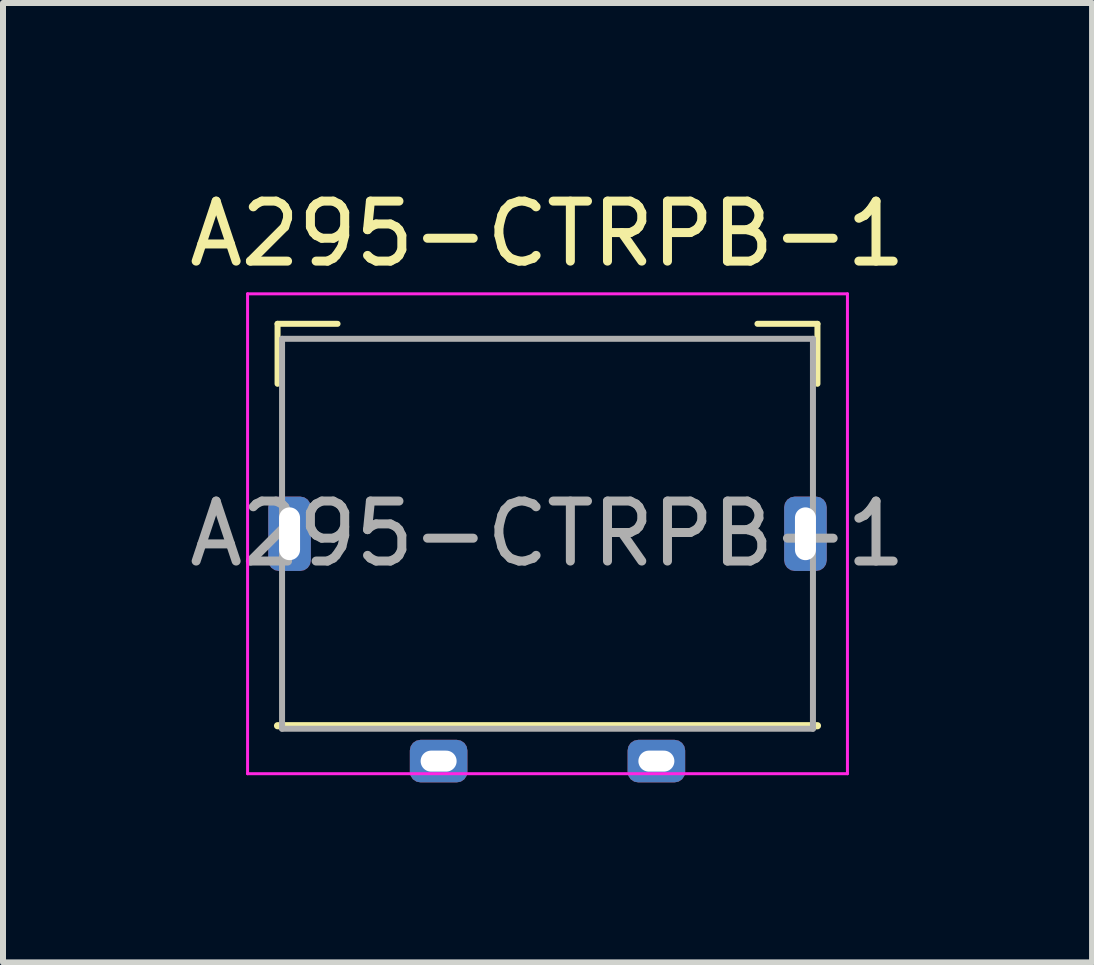
<source format=kicad_pcb>
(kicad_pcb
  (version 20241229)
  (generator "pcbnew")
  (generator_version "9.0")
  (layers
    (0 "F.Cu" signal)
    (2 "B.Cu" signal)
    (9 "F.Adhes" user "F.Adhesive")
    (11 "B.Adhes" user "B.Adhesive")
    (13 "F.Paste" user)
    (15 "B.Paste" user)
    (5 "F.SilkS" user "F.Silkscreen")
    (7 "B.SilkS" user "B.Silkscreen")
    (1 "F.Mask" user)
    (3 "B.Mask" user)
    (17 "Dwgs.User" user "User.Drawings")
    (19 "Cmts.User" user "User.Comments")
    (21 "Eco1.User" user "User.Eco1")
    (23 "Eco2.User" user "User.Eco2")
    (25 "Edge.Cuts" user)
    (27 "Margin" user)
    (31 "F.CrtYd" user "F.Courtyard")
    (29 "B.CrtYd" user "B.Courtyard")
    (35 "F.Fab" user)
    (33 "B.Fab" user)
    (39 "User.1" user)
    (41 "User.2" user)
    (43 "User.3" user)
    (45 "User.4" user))
  (footprint "A295-CTRPB-1"
    (layer "F.Cu")
    (at 6.077 5.848)
    (property "Reference" "A295-CTRPB-1" (at 0 -5 0) (layer "F.SilkS") (effects (font (size 1 1) (thickness 0.15))))
    (attr through_hole)
    (fp_line (start -4.5 -3.5) (end -4.5 -2.5) (stroke (width 0.1) (type default)) (layer "F.SilkS"))
    (fp_line (start -4.5 -3.5) (end -3.5 -3.5) (stroke (width 0.1) (type default)) (layer "F.SilkS"))
    (fp_line (start 4.5 -3.5) (end 3.5 -3.5) (stroke (width 0.1) (type default)) (layer "F.SilkS"))
    (fp_line (start 4.5 -3.5) (end 4.5 -2.5) (stroke (width 0.1) (type default)) (layer "F.SilkS"))
    (fp_line (start 4.5 3.2) (end -4.5 3.2) (stroke (width 0.12) (type solid)) (layer "F.SilkS"))
    (fp_line (start -5 -4) (end 5 -4) (stroke (width 0.05) (type solid)) (layer "F.CrtYd"))
    (fp_line (start -5 4) (end -5 -4) (stroke (width 0.05) (type solid)) (layer "F.CrtYd"))
    (fp_line (start 5 -4) (end 5 4) (stroke (width 0.05) (type solid)) (layer "F.CrtYd"))
    (fp_line (start 5 4) (end -5 4) (stroke (width 0.05) (type solid)) (layer "F.CrtYd"))
    (fp_line (start -4.425 -3.25) (end 4.425 -3.25) (stroke (width 0.1) (type solid)) (layer "F.Fab"))
    (fp_line (start -4.425 3.25) (end -4.425 -3.25) (stroke (width 0.1) (type solid)) (layer "F.Fab"))
    (fp_line (start 4.425 -3.25) (end 4.425 3.25) (stroke (width 0.1) (type solid)) (layer "F.Fab"))
    (fp_line (start 4.425 3.25) (end -4.425 3.25) (stroke (width 0.1) (type solid)) (layer "F.Fab"))
    (fp_text user "${REFERENCE}" (at 0 0 0) (layer "F.Fab") (effects (font (size 1 1) (thickness 0.15))))
    (pad "GND" thru_hole roundrect (at -1.815 3.79) (size 0.96 0.71) (drill oval 0.6 0.35) (layers "*.Cu" "*.Mask") (roundrect_rratio 0.25))
    (pad "SH" thru_hole roundrect (at -4.3 0) (size 0.71 1.24) (drill oval 0.35 0.88) (layers "*.Cu" "*.Mask") (roundrect_rratio 0.25))
    (pad "SH" thru_hole roundrect (at 4.3 0) (size 0.71 1.24) (drill oval 0.35 0.88) (layers "*.Cu" "*.Mask") (roundrect_rratio 0.25))
    (pad "VBUS" thru_hole roundrect (at 1.815 3.79) (size 0.96 0.71) (drill oval 0.6 0.35) (layers "*.Cu" "*.Mask") (roundrect_rratio 0.25)))
  (gr_rect
    (start -3 -3)
    (end 15.155 12.993)
    (stroke (width 0.1) (type default))
    (fill no)
    (layer "Edge.Cuts")))
</source>
